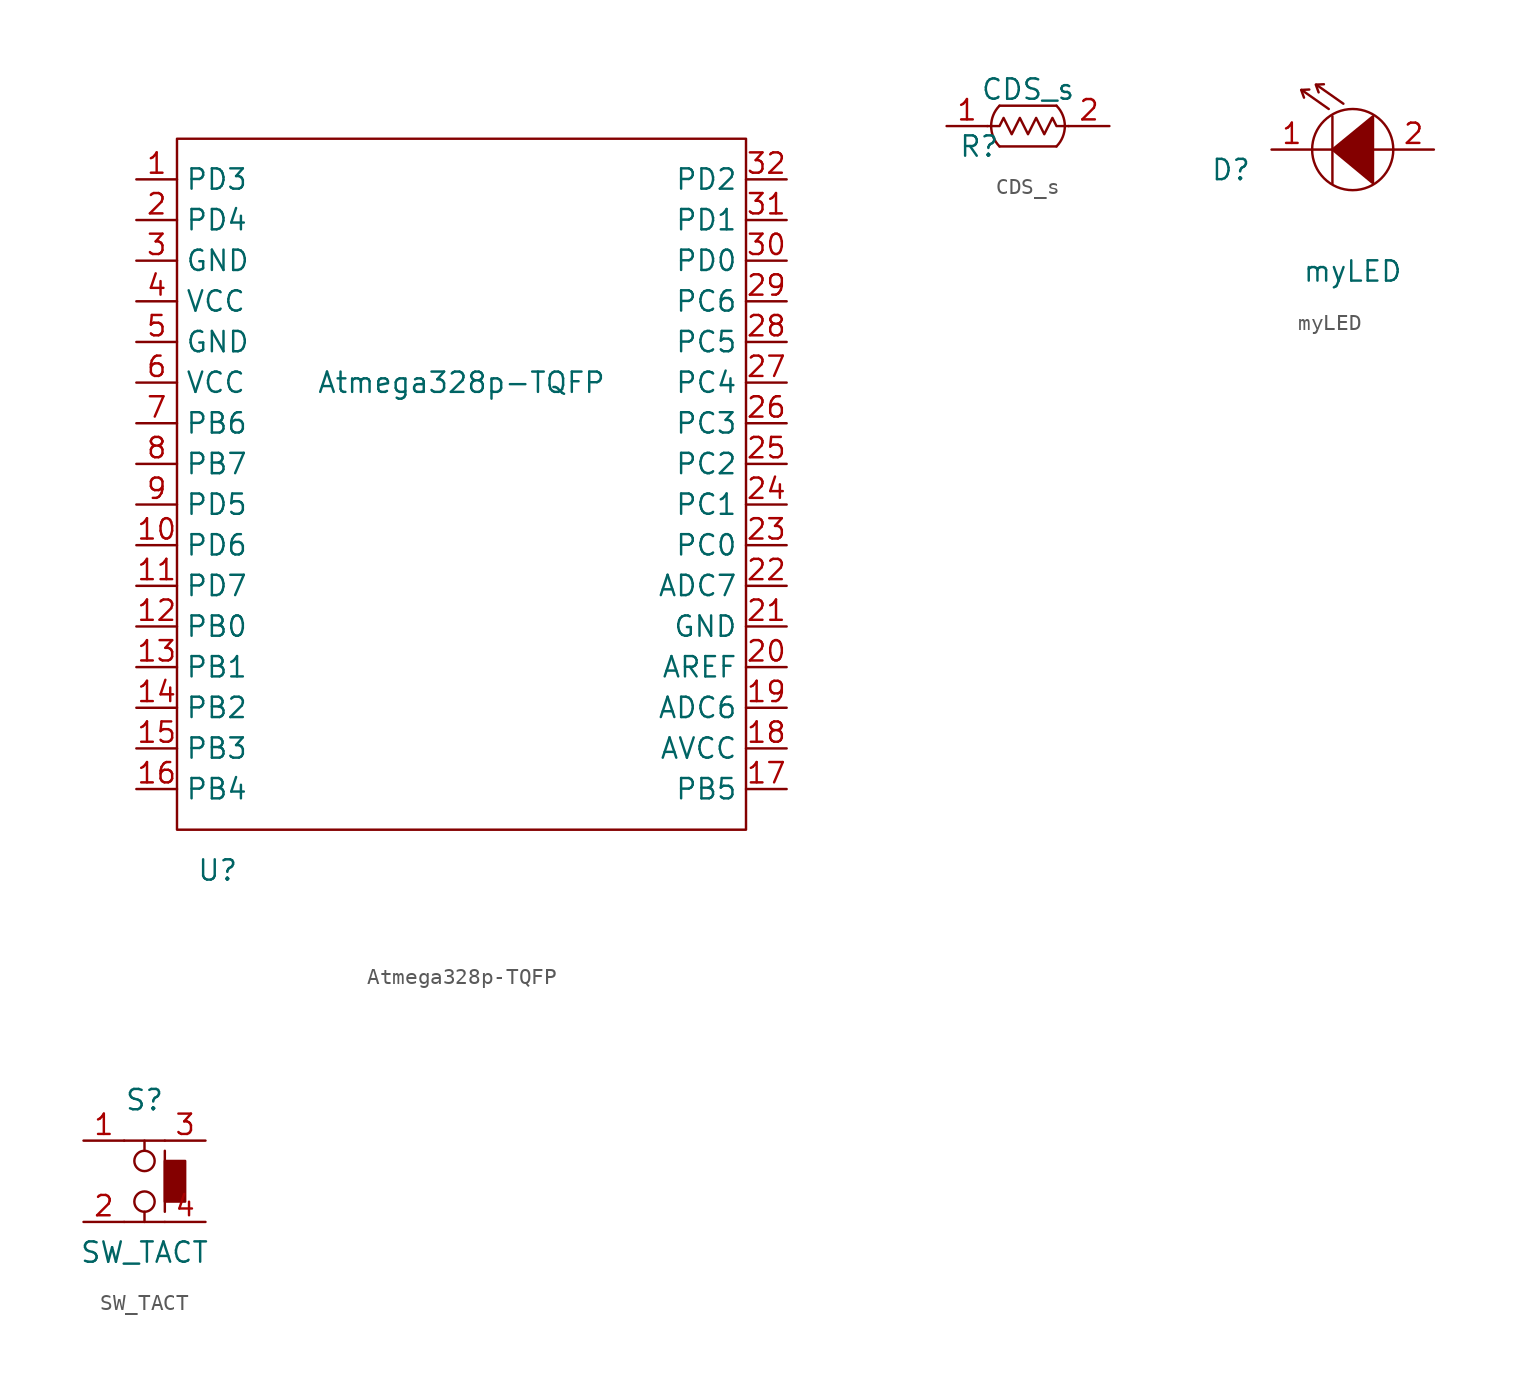
<source format=kicad_sym>
(kicad_symbol_lib
  (version 20211014)
  (generator kicad_symbol_editor)
  (symbol "Atmega328p-TQFP"
    (property "Reference" "U"
      (at 2.54 -2.54 0)
      (effects (font (size 1.27 1.27))))
    (property "Value" "Atmega328p-TQFP"
      (at 17.78 27.94 0)
      (effects (font (size 1.27 1.27))))
    (symbol "Atmega328p-TQFP_0_1"
      (rectangle (start 0 43.18) (end 35.56 0) (stroke (width 0) (type default) (color 0 0 0 0)) (fill (type none))))
    (symbol "Atmega328p-TQFP_1_1"
      (pin input line (at -2.54 40.64 0) (length 2.54) (name "PD3" (effects (font (size 1.27 1.27)))) (number "1" (effects (font (size 1.27 1.27)))))
      (pin input line (at -2.54 17.78 0) (length 2.54) (name "PD6" (effects (font (size 1.27 1.27)))) (number "10" (effects (font (size 1.27 1.27)))))
      (pin input line (at -2.54 15.24 0) (length 2.54) (name "PD7" (effects (font (size 1.27 1.27)))) (number "11" (effects (font (size 1.27 1.27)))))
      (pin input line (at -2.54 12.7 0) (length 2.54) (name "PB0" (effects (font (size 1.27 1.27)))) (number "12" (effects (font (size 1.27 1.27)))))
      (pin input line (at -2.54 10.16 0) (length 2.54) (name "PB1" (effects (font (size 1.27 1.27)))) (number "13" (effects (font (size 1.27 1.27)))))
      (pin input line (at -2.54 7.62 0) (length 2.54) (name "PB2" (effects (font (size 1.27 1.27)))) (number "14" (effects (font (size 1.27 1.27)))))
      (pin input line (at -2.54 5.08 0) (length 2.54) (name "PB3" (effects (font (size 1.27 1.27)))) (number "15" (effects (font (size 1.27 1.27)))))
      (pin input line (at -2.54 2.54 0) (length 2.54) (name "PB4" (effects (font (size 1.27 1.27)))) (number "16" (effects (font (size 1.27 1.27)))))
      (pin input line (at 38.1 2.54 180) (length 2.54) (name "PB5" (effects (font (size 1.27 1.27)))) (number "17" (effects (font (size 1.27 1.27)))))
      (pin input line (at 38.1 5.08 180) (length 2.54) (name "AVCC" (effects (font (size 1.27 1.27)))) (number "18" (effects (font (size 1.27 1.27)))))
      (pin input line (at 38.1 7.62 180) (length 2.54) (name "ADC6" (effects (font (size 1.27 1.27)))) (number "19" (effects (font (size 1.27 1.27)))))
      (pin input line (at -2.54 38.1 0) (length 2.54) (name "PD4" (effects (font (size 1.27 1.27)))) (number "2" (effects (font (size 1.27 1.27)))))
      (pin input line (at 38.1 10.16 180) (length 2.54) (name "AREF" (effects (font (size 1.27 1.27)))) (number "20" (effects (font (size 1.27 1.27)))))
      (pin input line (at 38.1 12.7 180) (length 2.54) (name "GND" (effects (font (size 1.27 1.27)))) (number "21" (effects (font (size 1.27 1.27)))))
      (pin input line (at 38.1 15.24 180) (length 2.54) (name "ADC7" (effects (font (size 1.27 1.27)))) (number "22" (effects (font (size 1.27 1.27)))))
      (pin input line (at 38.1 17.78 180) (length 2.54) (name "PC0" (effects (font (size 1.27 1.27)))) (number "23" (effects (font (size 1.27 1.27)))))
      (pin input line (at 38.1 20.32 180) (length 2.54) (name "PC1" (effects (font (size 1.27 1.27)))) (number "24" (effects (font (size 1.27 1.27)))))
      (pin input line (at 38.1 22.86 180) (length 2.54) (name "PC2" (effects (font (size 1.27 1.27)))) (number "25" (effects (font (size 1.27 1.27)))))
      (pin input line (at 38.1 25.4 180) (length 2.54) (name "PC3" (effects (font (size 1.27 1.27)))) (number "26" (effects (font (size 1.27 1.27)))))
      (pin input line (at 38.1 27.94 180) (length 2.54) (name "PC4" (effects (font (size 1.27 1.27)))) (number "27" (effects (font (size 1.27 1.27)))))
      (pin input line (at 38.1 30.48 180) (length 2.54) (name "PC5" (effects (font (size 1.27 1.27)))) (number "28" (effects (font (size 1.27 1.27)))))
      (pin input line (at 38.1 33.02 180) (length 2.54) (name "PC6" (effects (font (size 1.27 1.27)))) (number "29" (effects (font (size 1.27 1.27)))))
      (pin input line (at -2.54 35.56 0) (length 2.54) (name "GND" (effects (font (size 1.27 1.27)))) (number "3" (effects (font (size 1.27 1.27)))))
      (pin input line (at 38.1 35.56 180) (length 2.54) (name "PD0" (effects (font (size 1.27 1.27)))) (number "30" (effects (font (size 1.27 1.27)))))
      (pin input line (at 38.1 38.1 180) (length 2.54) (name "PD1" (effects (font (size 1.27 1.27)))) (number "31" (effects (font (size 1.27 1.27)))))
      (pin input line (at 38.1 40.64 180) (length 2.54) (name "PD2" (effects (font (size 1.27 1.27)))) (number "32" (effects (font (size 1.27 1.27)))))
      (pin input line (at -2.54 33.02 0) (length 2.54) (name "VCC" (effects (font (size 1.27 1.27)))) (number "4" (effects (font (size 1.27 1.27)))))
      (pin input line (at -2.54 30.48 0) (length 2.54) (name "GND" (effects (font (size 1.27 1.27)))) (number "5" (effects (font (size 1.27 1.27)))))
      (pin input line (at -2.54 27.94 0) (length 2.54) (name "VCC" (effects (font (size 1.27 1.27)))) (number "6" (effects (font (size 1.27 1.27)))))
      (pin input line (at -2.54 25.4 0) (length 2.54) (name "PB6" (effects (font (size 1.27 1.27)))) (number "7" (effects (font (size 1.27 1.27)))))
      (pin input line (at -2.54 22.86 0) (length 2.54) (name "PB7" (effects (font (size 1.27 1.27)))) (number "8" (effects (font (size 1.27 1.27)))))
      (pin input line (at -2.54 20.32 0) (length 2.54) (name "PD5" (effects (font (size 1.27 1.27)))) (number "9" (effects (font (size 1.27 1.27)))))))
  (symbol "CDS_s"
    (property "Reference" "R"
      (at -3.048 -1.27 0)
      (effects (font (size 1.27 1.27))))
    (property "Value" "CDS_s"
      (at 0 2.286 0)
      (effects (font (size 1.27 1.27))))
    (symbol "CDS_s_0_1"
      (arc (start -1.778 1.27) (mid -2.3002 0) (end -1.778 -1.27) (stroke (width 0) (type default) (color 0 0 0 0)) (fill (type none)))
      (polyline (pts (xy -1.778 -1.27) (xy 1.778 -1.27)) (stroke (width 0) (type default) (color 0 0 0 0)) (fill (type none)))
      (polyline (pts (xy 1.778 1.27) (xy -1.778 1.27)) (stroke (width 0) (type default) (color 0 0 0 0)) (fill (type none)))
      (polyline (pts (xy -2.54 0) (xy -1.778 0) (xy -1.524 0.508) (xy -1.27 0) (xy -1.016 -0.508) (xy -0.508 0.508) (xy 0 -0.508) (xy 0.508 0.508) (xy 1.016 -0.508) (xy 1.524 0.508) (xy 1.778 0) (xy 2.54 0)) (stroke (width 0) (type default) (color 0 0 0 0)) (fill (type none)))
      (arc (start 1.778 -1.27) (mid 2.2994 0) (end 1.778 1.27) (stroke (width 0) (type default) (color 0 0 0 0)) (fill (type none))))
    (symbol "CDS_s_1_1"
      (pin input line (at -5.08 0 0) (length 2.54) (name "" (effects (font (size 1.27 1.27)))) (number "1" (effects (font (size 1.27 1.27)))))
      (pin input line (at 5.08 0 180) (length 2.54) (name "" (effects (font (size 1.27 1.27)))) (number "2" (effects (font (size 1.27 1.27)))))))
  (symbol "myLED"
    (property "Reference" "D"
      (at -7.62 -1.27 0)
      (effects (font (size 1.27 1.27))))
    (property "Value" "myLED"
      (at 0 -7.62 0)
      (effects (font (size 1.27 1.27))))
    (symbol "myLED_0_1"
      (polyline (pts (xy -2.54 0) (xy -1.27 0)) (stroke (width 0) (type default) (color 0 0 0 0)) (fill (type none)))
      (polyline (pts (xy -1.499 2.54) (xy -3.2 3.734)) (stroke (width 0) (type default) (color 0 0 0 0)) (fill (type none)))
      (polyline (pts (xy -1.27 2.083) (xy -1.27 -2.134)) (stroke (width 0) (type default) (color 0 0 0 0)) (fill (type none)))
      (polyline (pts (xy -0.584 2.87) (xy -2.286 4.064)) (stroke (width 0) (type default) (color 0 0 0 0)) (fill (type none)))
      (polyline (pts (xy 1.27 0) (xy 2.54 0)) (stroke (width 0) (type default) (color 0 0 0 0)) (fill (type none)))
      (polyline (pts (xy -3.048 3.251) (xy -3.226 3.734) (xy -2.718 3.759)) (stroke (width 0) (type default) (color 0 0 0 0)) (fill (type none)))
      (polyline (pts (xy -2.134 3.581) (xy -2.311 4.064) (xy -1.803 4.089)) (stroke (width 0) (type default) (color 0 0 0 0)) (fill (type none)))
      (polyline (pts (xy -1.27 0) (xy 1.27 2.083) (xy 1.27 -2.108) (xy -1.27 0)) (stroke (width 0) (type default) (color 0 0 0 0)) (fill (type outline)))
      (circle (center 0 0) (radius 2.54) (stroke (width 0) (type default) (color 0 0 0 0)) (fill (type none))))
    (symbol "myLED_1_1"
      (pin input line (at -5.08 0 0) (length 2.54) (name "" (effects (font (size 1.27 1.27)))) (number "1" (effects (font (size 1.27 1.27)))))
      (pin input line (at 5.08 0 180) (length 2.54) (name "" (effects (font (size 1.27 1.27)))) (number "2" (effects (font (size 1.27 1.27)))))))
  (symbol "SW_TACT"
    (property "Reference" "S"
      (at 3.81 7.62 0)
      (effects (font (size 1.27 1.27))))
    (property "Value" "SW_TACT"
      (at 3.81 -1.905 0)
      (effects (font (size 1.27 1.27))))
    (symbol "SW_TACT_0_1"
      (polyline (pts (xy 2.54 0) (xy 5.08 0)) (stroke (width 0) (type default) (color 0 0 0 0)) (fill (type none)))
      (polyline (pts (xy 2.54 5.08) (xy 5.08 5.08)) (stroke (width 0) (type default) (color 0 0 0 0)) (fill (type none)))
      (polyline (pts (xy 3.81 0.635) (xy 3.81 0)) (stroke (width 0) (type default) (color 0 0 0 0)) (fill (type none)))
      (polyline (pts (xy 3.81 4.445) (xy 3.81 5.08)) (stroke (width 0) (type default) (color 0 0 0 0)) (fill (type none)))
      (polyline (pts (xy 5.08 4.445) (xy 5.08 0.635)) (stroke (width 0) (type default) (color 0 0 0 0)) (fill (type none)))
      (circle (center 3.81 1.27) (radius 0.635) (stroke (width 0) (type default) (color 0 0 0 0)) (fill (type none)))
      (circle (center 3.81 3.81) (radius 0.635) (stroke (width 0) (type default) (color 0 0 0 0)) (fill (type none)))
      (rectangle (start 5.08 3.81) (end 6.35 1.27) (stroke (width 0) (type default) (color 0 0 0 0)) (fill (type outline))))
    (symbol "SW_TACT_1_1"
      (pin input line (at 0 5.08 0) (length 2.54) (name "" (effects (font (size 1.27 1.27)))) (number "1" (effects (font (size 1.27 1.27)))))
      (pin input line (at 0 0 0) (length 2.54) (name "" (effects (font (size 1.27 1.27)))) (number "2" (effects (font (size 1.27 1.27)))))
      (pin input line (at 7.62 5.08 180) (length 2.54) (name "" (effects (font (size 1.27 1.27)))) (number "3" (effects (font (size 1.27 1.27)))))
      (pin input line (at 7.62 0 180) (length 2.54) (name "" (effects (font (size 1.27 1.27)))) (number "4" (effects (font (size 1.27 1.27))))))))
</source>
